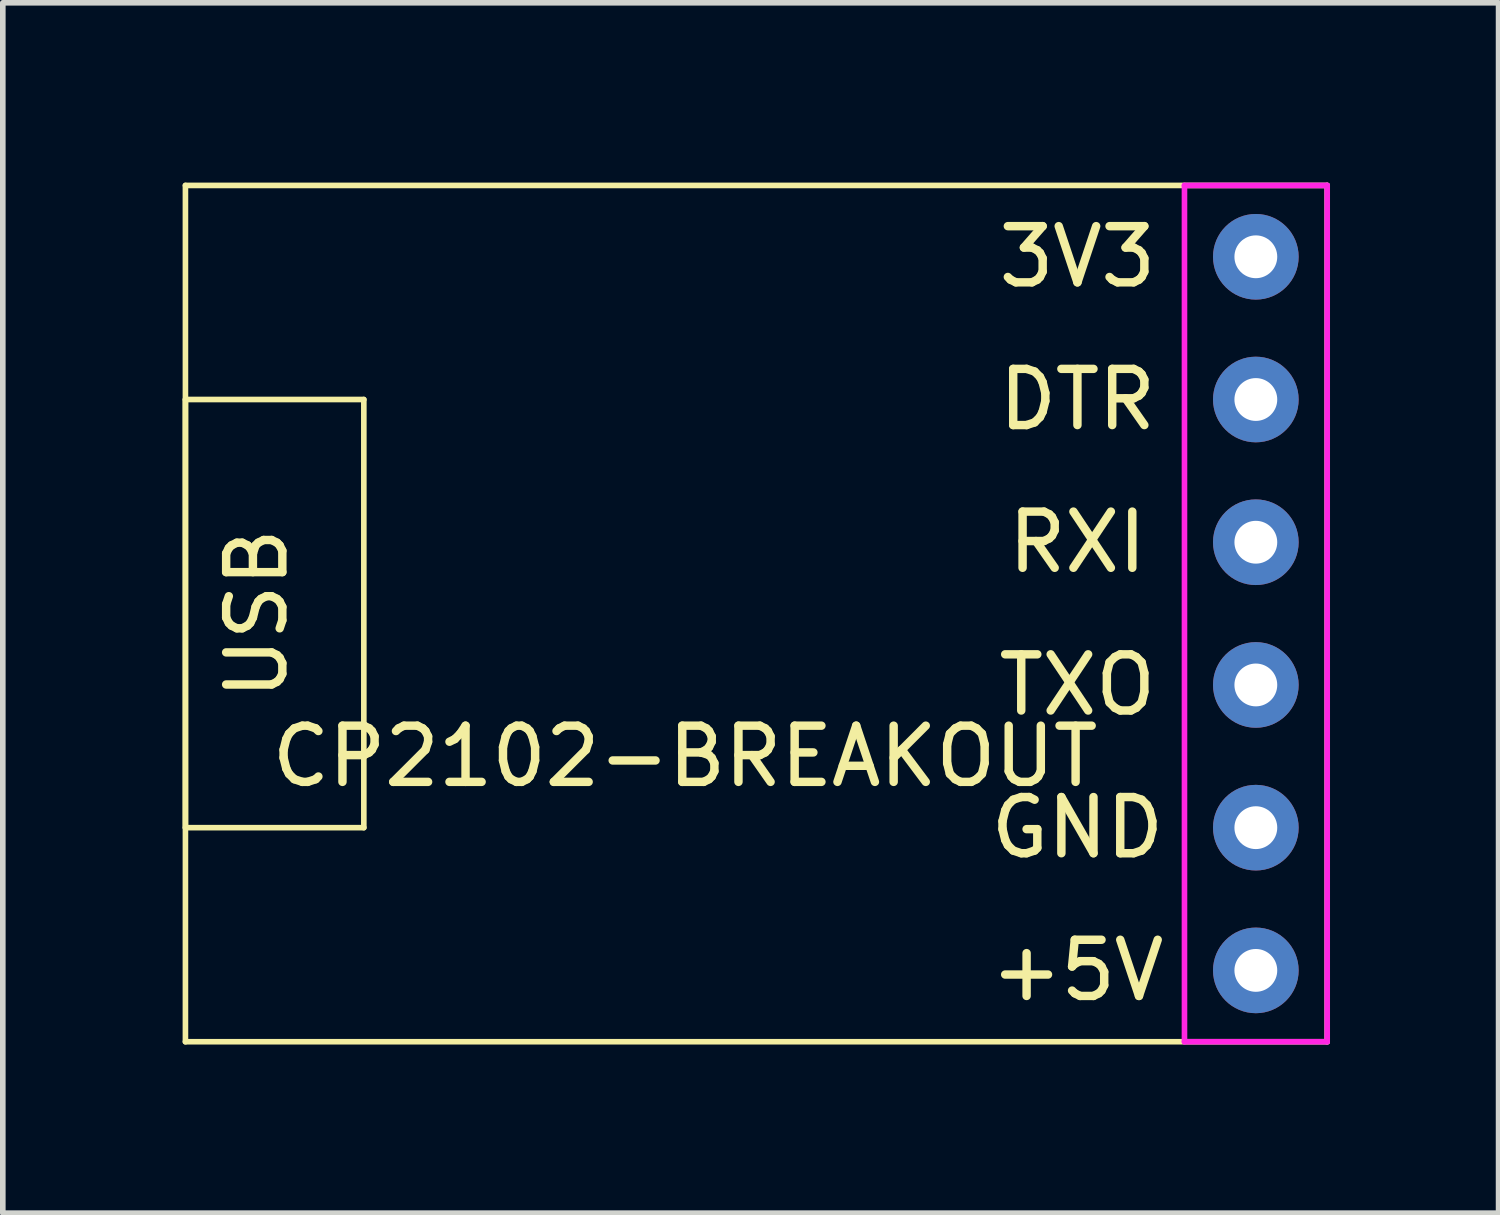
<source format=kicad_pcb>
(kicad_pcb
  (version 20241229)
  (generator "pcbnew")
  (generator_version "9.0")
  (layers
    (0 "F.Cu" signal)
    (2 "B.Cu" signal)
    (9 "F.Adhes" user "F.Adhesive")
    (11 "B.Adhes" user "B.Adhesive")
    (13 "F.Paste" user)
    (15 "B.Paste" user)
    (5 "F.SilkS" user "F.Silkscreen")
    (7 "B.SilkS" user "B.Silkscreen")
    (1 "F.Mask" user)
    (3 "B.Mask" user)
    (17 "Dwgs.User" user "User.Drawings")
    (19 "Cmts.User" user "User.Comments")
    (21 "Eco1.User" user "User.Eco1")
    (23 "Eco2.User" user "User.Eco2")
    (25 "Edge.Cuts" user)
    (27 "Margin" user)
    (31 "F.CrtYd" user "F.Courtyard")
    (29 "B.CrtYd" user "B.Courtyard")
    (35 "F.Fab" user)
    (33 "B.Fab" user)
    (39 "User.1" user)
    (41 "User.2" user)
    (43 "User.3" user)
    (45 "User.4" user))
  (footprint "CP2102-BREAKOUT"
    (layer "F.Cu")
    (at 0.25 0.25)
    (property "Reference" "CP2102-BREAKOUT" (at 8.89 10.16 0) (layer "F.SilkS") (effects (font (size 1 1) (thickness 0.15))))
    (attr through_hole)
    (fp_line (start 0 0) (end 20.32 0) (stroke (width 0.1) (type solid)) (layer "F.SilkS"))
    (fp_line (start 0 3.81) (end 3.175 3.81) (stroke (width 0.1) (type solid)) (layer "F.SilkS"))
    (fp_line (start 0 11.43) (end 0 3.81) (stroke (width 0.1) (type solid)) (layer "F.SilkS"))
    (fp_line (start 0 15.24) (end 0 0) (stroke (width 0.1) (type solid)) (layer "F.SilkS"))
    (fp_line (start 3.175 3.81) (end 3.175 11.43) (stroke (width 0.1) (type solid)) (layer "F.SilkS"))
    (fp_line (start 3.175 11.43) (end 0 11.43) (stroke (width 0.1) (type solid)) (layer "F.SilkS"))
    (fp_line (start 20.32 0) (end 20.32 15.24) (stroke (width 0.1) (type solid)) (layer "F.SilkS"))
    (fp_line (start 20.32 15.24) (end 0 15.24) (stroke (width 0.1) (type solid)) (layer "F.SilkS"))
    (fp_line (start 17.78 0) (end 17.78 15.24) (stroke (width 0.1) (type solid)) (layer "F.CrtYd"))
    (fp_line (start 17.78 15.24) (end 20.32 15.24) (stroke (width 0.1) (type solid)) (layer "F.CrtYd"))
    (fp_line (start 20.32 0) (end 17.78 0) (stroke (width 0.1) (type solid)) (layer "F.CrtYd"))
    (fp_line (start 20.32 15.24) (end 20.32 0) (stroke (width 0.1) (type solid)) (layer "F.CrtYd"))
    (fp_text user "USB" (at 1.27 7.62 270) (layer "F.SilkS") (effects (font (size 1 1) (thickness 0.15))))
    (fp_text user "+5V" (at 15.875 13.97 0) (layer "F.SilkS") (effects (font (size 1 1) (thickness 0.15))))
    (fp_text user "DTR" (at 15.875 3.81 0) (layer "F.SilkS") (effects (font (size 1 1) (thickness 0.15))))
    (fp_text user "RXI" (at 15.875 6.35 0) (layer "F.SilkS") (effects (font (size 1 1) (thickness 0.15))))
    (fp_text user "TXO" (at 15.875 8.89 0) (layer "F.SilkS") (effects (font (size 1 1) (thickness 0.15))))
    (fp_text user "GND" (at 15.875 11.43 0) (layer "F.SilkS") (effects (font (size 1 1) (thickness 0.15))))
    (fp_text user "3V3" (at 15.875 1.27 0) (layer "F.SilkS") (effects (font (size 1 1) (thickness 0.15))))
    (pad "1" thru_hole circle (at 19.05 1.27) (size 1.524 1.524) (drill 0.762) (layers "*.Cu" "*.Mask"))
    (pad "2" thru_hole circle (at 19.05 3.81) (size 1.524 1.524) (drill 0.762) (layers "*.Cu" "*.Mask"))
    (pad "3" thru_hole circle (at 19.05 6.35) (size 1.524 1.524) (drill 0.762) (layers "*.Cu" "*.Mask"))
    (pad "4" thru_hole circle (at 19.05 8.89) (size 1.524 1.524) (drill 0.762) (layers "*.Cu" "*.Mask"))
    (pad "5" thru_hole circle (at 19.05 11.43) (size 1.524 1.524) (drill 0.762) (layers "*.Cu" "*.Mask"))
    (pad "6" thru_hole circle (at 19.05 13.97) (size 1.524 1.524) (drill 0.762) (layers "*.Cu" "*.Mask")))
  (gr_rect
    (start -3 -3)
    (end 23.62 18.54)
    (stroke (width 0.1) (type default))
    (fill no)
    (layer "Edge.Cuts")))
</source>
